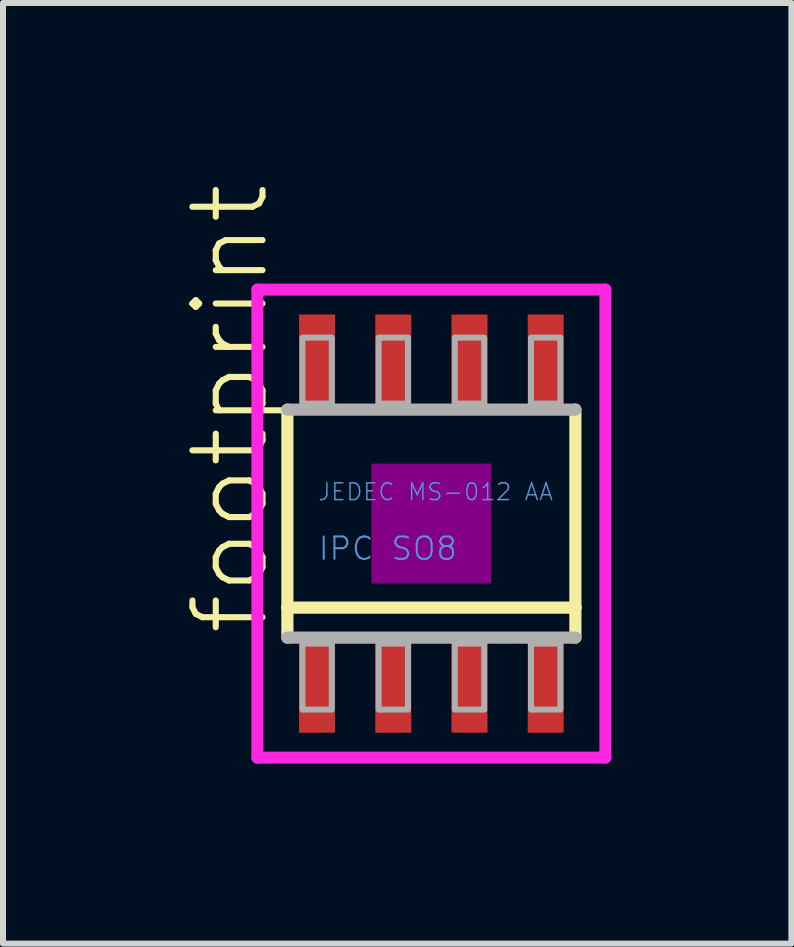
<source format=kicad_pcb>
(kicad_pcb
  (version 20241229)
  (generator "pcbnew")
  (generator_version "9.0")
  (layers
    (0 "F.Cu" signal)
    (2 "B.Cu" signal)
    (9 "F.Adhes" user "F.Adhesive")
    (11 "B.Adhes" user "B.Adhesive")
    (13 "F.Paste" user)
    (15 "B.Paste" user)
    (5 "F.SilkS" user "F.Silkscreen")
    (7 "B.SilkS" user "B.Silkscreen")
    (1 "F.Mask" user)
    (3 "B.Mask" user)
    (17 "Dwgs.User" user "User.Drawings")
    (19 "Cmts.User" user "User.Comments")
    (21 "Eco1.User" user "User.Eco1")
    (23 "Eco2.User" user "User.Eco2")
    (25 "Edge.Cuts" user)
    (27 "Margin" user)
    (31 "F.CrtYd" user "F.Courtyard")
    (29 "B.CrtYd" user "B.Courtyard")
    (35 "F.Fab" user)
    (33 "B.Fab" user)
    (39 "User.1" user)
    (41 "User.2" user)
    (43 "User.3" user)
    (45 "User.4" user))
  (footprint "footprint"
    (layer "F.Cu")
    (at 4.14 5.677)
    (property "Reference" "footprint" (at -2.667 1.905 90) (layer "F.SilkS") (effects (font (size 1.168 1.168) (thickness 0.102)) (justify left bottom)))
    (fp_line (start -2.4 1.4) (end -2.4 -1.9) (stroke (width 0.203) (type solid)) (layer "F.SilkS"))
    (fp_line (start -2.4 1.9) (end -2.4 1.4) (stroke (width 0.203) (type solid)) (layer "F.SilkS"))
    (fp_line (start 2.4 -1.9) (end 2.4 1.4) (stroke (width 0.203) (type solid)) (layer "F.SilkS"))
    (fp_line (start 2.4 1.4) (end -2.4 1.4) (stroke (width 0.203) (type solid)) (layer "F.SilkS"))
    (fp_line (start 2.4 1.4) (end 2.4 1.9) (stroke (width 0.203) (type solid)) (layer "F.SilkS"))
    (fp_poly (pts (xy -1 1) (xy 1 1) (xy 1 -1) (xy -1 -1)) (stroke (width 0) (type solid)) (fill yes) (layer "F.Adhes"))
    (fp_line (start -2.9 -3.9) (end 2.9 -3.9) (stroke (width 0.2) (type solid)) (layer "F.CrtYd"))
    (fp_line (start -2.9 3.9) (end -2.9 -3.9) (stroke (width 0.2) (type solid)) (layer "F.CrtYd"))
    (fp_line (start 2.9 -3.9) (end 2.9 3.9) (stroke (width 0.2) (type solid)) (layer "F.CrtYd"))
    (fp_line (start 2.9 3.9) (end -2.9 3.9) (stroke (width 0.2) (type solid)) (layer "F.CrtYd"))
    (fp_line (start -2.4 -1.9) (end 2.4 -1.9) (stroke (width 0.203) (type solid)) (layer "F.Fab"))
    (fp_line (start 2.4 1.9) (end -2.4 1.9) (stroke (width 0.203) (type solid)) (layer "F.Fab"))
    (fp_poly (pts (xy -2.15 -2) (xy -1.66 -2) (xy -1.66 -3.1) (xy -2.15 -3.1)) (stroke (width 0.1) (type solid)) (fill no) (layer "F.Fab"))
    (fp_poly (pts (xy -2.15 3.1) (xy -1.66 3.1) (xy -1.66 2) (xy -2.15 2)) (stroke (width 0.1) (type solid)) (fill no) (layer "F.Fab"))
    (fp_poly (pts (xy -0.88 -2) (xy -0.39 -2) (xy -0.39 -3.1) (xy -0.88 -3.1)) (stroke (width 0.1) (type solid)) (fill no) (layer "F.Fab"))
    (fp_poly (pts (xy -0.88 3.1) (xy -0.39 3.1) (xy -0.39 2) (xy -0.88 2)) (stroke (width 0.1) (type solid)) (fill no) (layer "F.Fab"))
    (fp_poly (pts (xy 0.39 -2) (xy 0.88 -2) (xy 0.88 -3.1) (xy 0.39 -3.1)) (stroke (width 0.1) (type solid)) (fill no) (layer "F.Fab"))
    (fp_poly (pts (xy 0.39 3.1) (xy 0.88 3.1) (xy 0.88 2) (xy 0.39 2)) (stroke (width 0.1) (type solid)) (fill no) (layer "F.Fab"))
    (fp_poly (pts (xy 1.66 -2) (xy 2.15 -2) (xy 2.15 -3.1) (xy 1.66 -3.1)) (stroke (width 0.1) (type solid)) (fill no) (layer "F.Fab"))
    (fp_poly (pts (xy 1.66 3.1) (xy 2.15 3.1) (xy 2.15 2) (xy 1.66 2)) (stroke (width 0.1) (type solid)) (fill no) (layer "F.Fab"))
    (fp_text user "JEDEC MS-012 AA" (at -1.905 -0.365 0) (layer "Cmts.User") (effects (font (size 0.28 0.28) (thickness 0.024)) (justify left bottom)))
    (fp_text user "IPC SO8" (at -1.905 0.635 0) (layer "Cmts.User") (effects (font (size 0.374 0.374) (thickness 0.033)) (justify left bottom)))
    (pad "1" smd rect (at -1.905 2.725) (size 0.6 1.52) (layers "F.Cu" "F.Mask" "F.Paste"))
    (pad "2" smd rect (at -0.635 2.725) (size 0.6 1.52) (layers "F.Cu" "F.Mask" "F.Paste"))
    (pad "3" smd rect (at 0.635 2.725) (size 0.6 1.52) (layers "F.Cu" "F.Mask" "F.Paste"))
    (pad "4" smd rect (at 1.905 2.725) (size 0.6 1.52) (layers "F.Cu" "F.Mask" "F.Paste"))
    (pad "5" smd rect (at 1.905 -2.725) (size 0.6 1.52) (layers "F.Cu" "F.Mask" "F.Paste"))
    (pad "6" smd rect (at 0.635 -2.725) (size 0.6 1.52) (layers "F.Cu" "F.Mask" "F.Paste"))
    (pad "7" smd rect (at -0.635 -2.725) (size 0.6 1.52) (layers "F.Cu" "F.Mask" "F.Paste"))
    (pad "8" smd rect (at -1.905 -2.725) (size 0.6 1.52) (layers "F.Cu" "F.Mask" "F.Paste")))
  (gr_rect
    (start -3 -3)
    (end 10.14 12.677)
    (stroke (width 0.1) (type default))
    (fill no)
    (layer "Edge.Cuts")))
</source>
